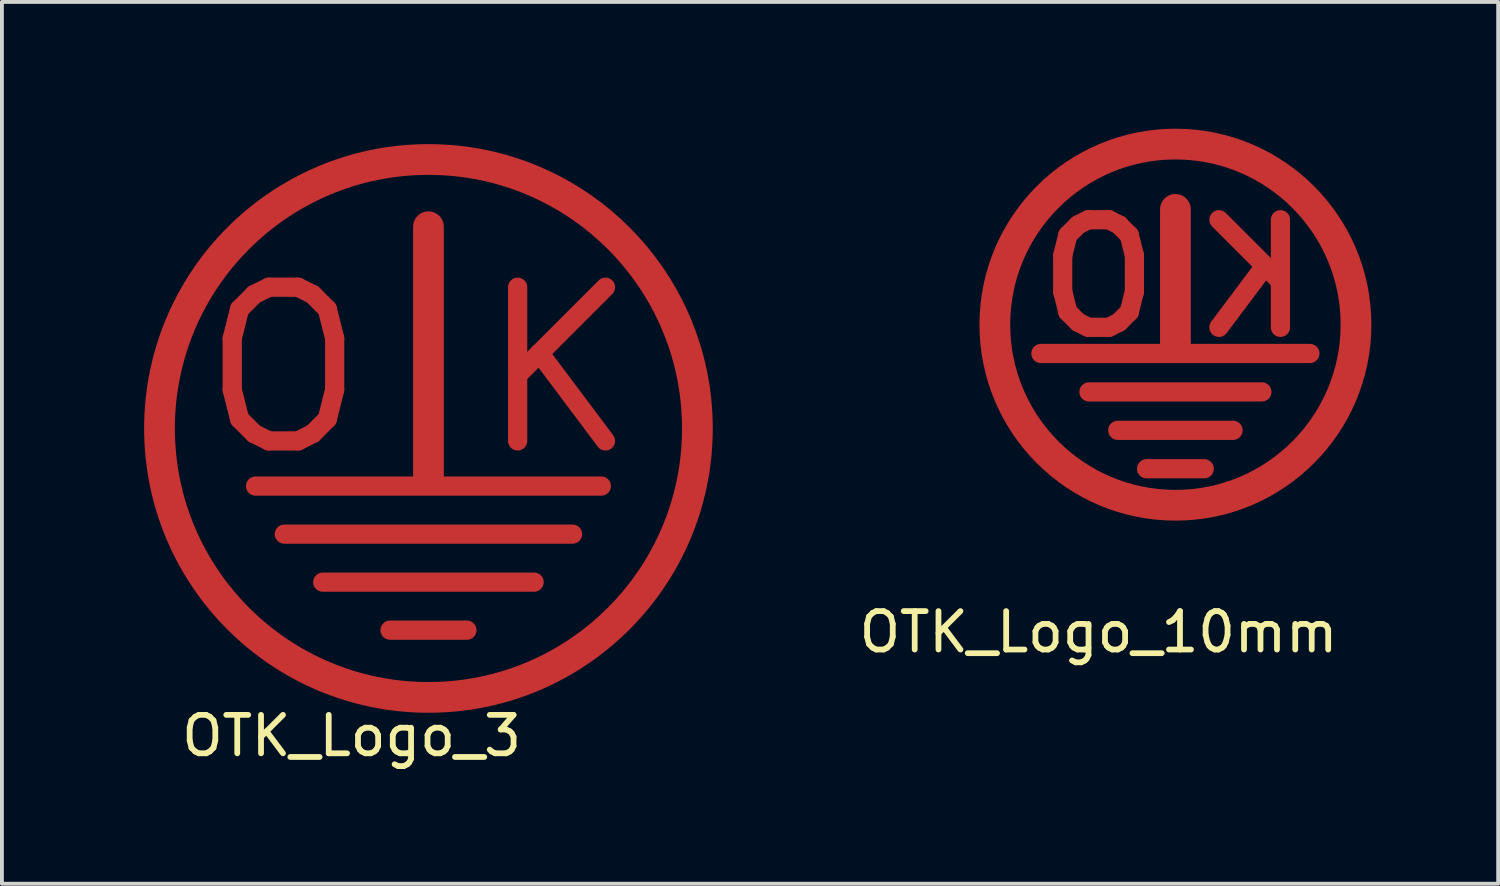
<source format=kicad_pcb>
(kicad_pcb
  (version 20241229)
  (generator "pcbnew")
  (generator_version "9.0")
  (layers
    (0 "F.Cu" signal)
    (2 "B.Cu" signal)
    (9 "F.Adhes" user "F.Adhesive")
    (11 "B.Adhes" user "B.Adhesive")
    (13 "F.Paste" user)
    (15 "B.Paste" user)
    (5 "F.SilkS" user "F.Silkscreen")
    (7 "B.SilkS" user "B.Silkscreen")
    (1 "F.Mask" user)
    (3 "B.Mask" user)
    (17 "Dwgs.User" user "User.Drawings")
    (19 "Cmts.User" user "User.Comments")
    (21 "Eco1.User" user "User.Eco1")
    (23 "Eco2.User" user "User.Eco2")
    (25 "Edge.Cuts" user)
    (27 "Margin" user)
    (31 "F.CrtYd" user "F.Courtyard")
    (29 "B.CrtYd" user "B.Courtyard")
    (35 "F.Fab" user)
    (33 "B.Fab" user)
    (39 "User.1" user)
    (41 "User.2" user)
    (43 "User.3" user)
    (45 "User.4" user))
  (footprint "OTK_Logo_10mm"
    (layer "F.Cu")
    (at 27.542 5.4)
    (property "Reference" "OTK_Logo_10mm" (at -2 8 0) (layer "F.SilkS") (effects (font (size 1 1) (thickness 0.15))))
    (attr through_hole)
    (fp_line (start -3.5 0.75) (end 3.5 0.75) (stroke (width 0.5) (type solid)) (layer "F.Cu"))
    (fp_line (start -2.25 1.75) (end 2.25 1.75) (stroke (width 0.5) (type solid)) (layer "F.Cu"))
    (fp_line (start -1.5 2.75) (end 1.5 2.75) (stroke (width 0.5) (type solid)) (layer "F.Cu"))
    (fp_line (start -0.75 3.75) (end 0.75 3.75) (stroke (width 0.5) (type solid)) (layer "F.Cu"))
    (fp_line (start 0 -3) (end 0 0.5) (stroke (width 0.8) (type solid)) (layer "F.Cu"))
    (fp_circle (center 0 0) (end 4.7 0) (stroke (width 0.8) (type solid)) (fill no) (layer "F.Cu"))
    (fp_circle (center 0 0) (end 1 0) (stroke (width 8.8) (type solid)) (fill no) (layer "F.Mask"))
    (fp_text user "O" (at -2 -1.2 0) (layer "F.Cu") (effects (font (size 2.8 2.8) (thickness 0.5))))
    (fp_text user "K" (at 2 -1.2 0) (layer "F.Cu") (effects (font (size 2.8 2.8) (thickness 0.5)) (justify mirror))))
  (footprint "OTK_Logo_3"
    (layer "F.Cu")
    (at 8.101 8.101)
    (property "Reference" "OTK_Logo_3" (at -2 8 0) (layer "F.SilkS") (effects (font (size 1 1) (thickness 0.15))))
    (attr through_hole)
    (fp_line (start -4.5 1.5) (end 4.5 1.5) (stroke (width 0.5) (type solid)) (layer "F.Cu"))
    (fp_line (start -3.75 2.75) (end 3.75 2.75) (stroke (width 0.5) (type solid)) (layer "F.Cu"))
    (fp_line (start -2.75 4) (end 2.75 4) (stroke (width 0.5) (type solid)) (layer "F.Cu"))
    (fp_line (start -1 5.25) (end 1 5.25) (stroke (width 0.5) (type solid)) (layer "F.Cu"))
    (fp_line (start 0 -5.25) (end 0 1.3) (stroke (width 0.8) (type solid)) (layer "F.Cu"))
    (fp_circle (center 0 0) (end 7 0) (stroke (width 0.8) (type solid)) (fill no) (layer "F.Cu"))
    (fp_circle (center 0 0) (end 3.7 -0.1) (stroke (width 8.8) (type solid)) (fill no) (layer "F.Mask"))
    (fp_text user "O K" (at -0.25 -1.5 0) (layer "F.Cu") (effects (font (size 4 4) (thickness 0.5)))))
  (gr_rect
    (start -3 -3)
    (end 35.942 19.95)
    (stroke (width 0.1) (type default))
    (fill no)
    (layer "Edge.Cuts")))
</source>
